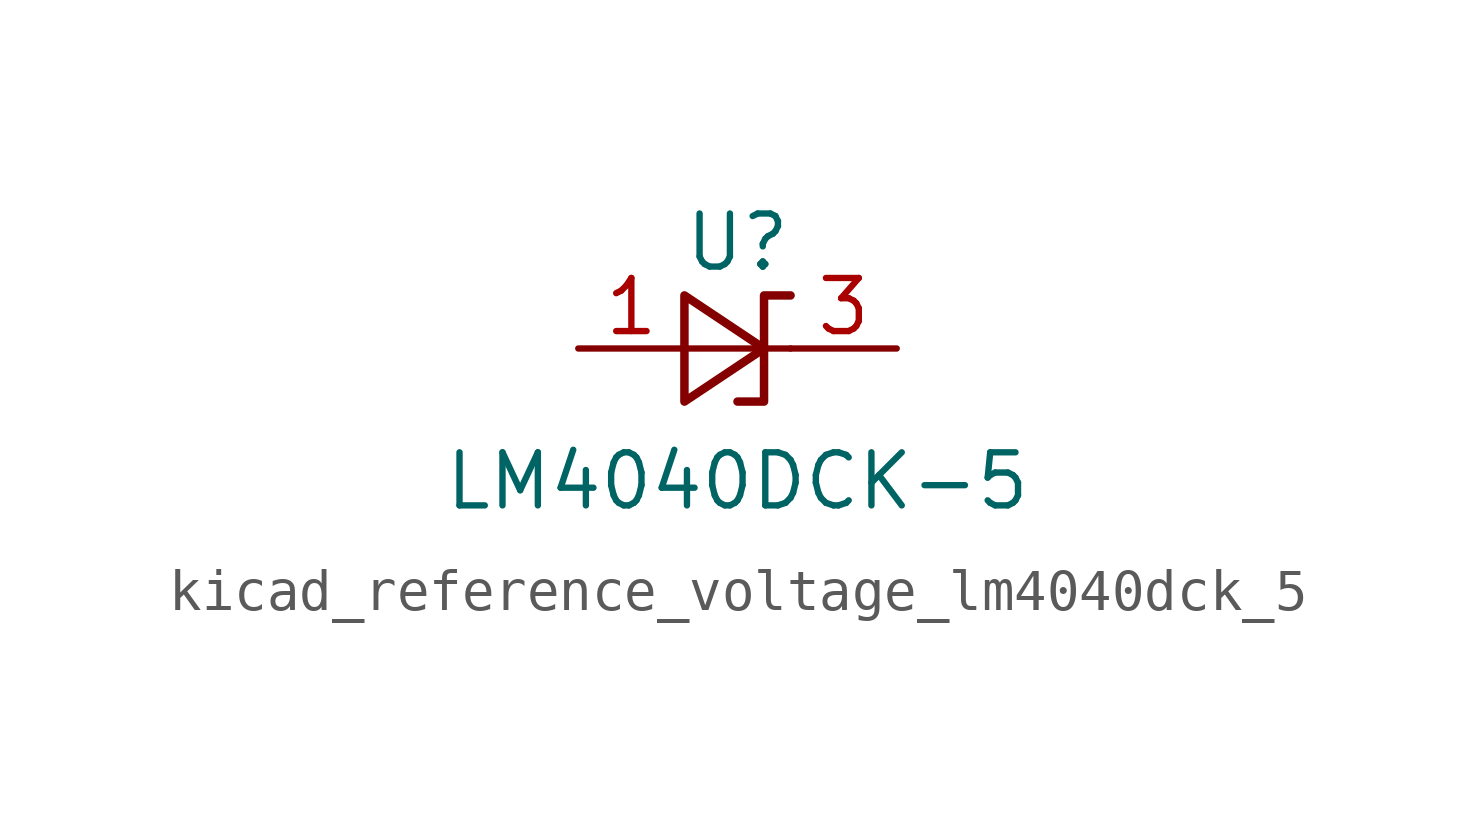
<source format=kicad_sym>
(kicad_symbol_lib
  (version 20220914)
  (generator kicad_symbol_editor)
  (symbol "kicad_reference_voltage_lm4040dck_5"
    (pin_names
      (offset 0.025) hide)
    (property "Reference" "U"
      (at 0 2.54 0)
      (effects (font (size 1.27 1.27))))
    (property "Value" "LM4040DCK-5"
      (at 0 -3.175 0)
      (effects (font (size 1.27 1.27))))
    (symbol "kicad_reference_voltage_lm4040dck_5_0_1"
      (polyline (pts (xy -1.27 0) (xy 0 0) (xy 1.27 0)) (stroke (width 0) (type default)) (fill (type none)))
      (polyline (pts (xy -1.27 -1.27) (xy 0.635 0) (xy -1.27 1.27) (xy -1.27 -1.27)) (stroke (width 0.203) (type default)) (fill (type none)))
      (polyline (pts (xy 0 -1.27) (xy 0.635 -1.27) (xy 0.635 1.27) (xy 1.27 1.27)) (stroke (width 0.203) (type default)) (fill (type none))))
    (symbol "kicad_reference_voltage_lm4040dck_5_1_1"
      (pin passive line (at -3.81 0 0) (length 2.54) (name "A" (effects (font (size 1.27 1.27)))) (number "1" (effects (font (size 1.27 1.27)))))
      (pin passive line (at 3.81 0 180) (length 2.54) (name "K" (effects (font (size 1.27 1.27)))) (number "3" (effects (font (size 1.27 1.27))))))))
</source>
